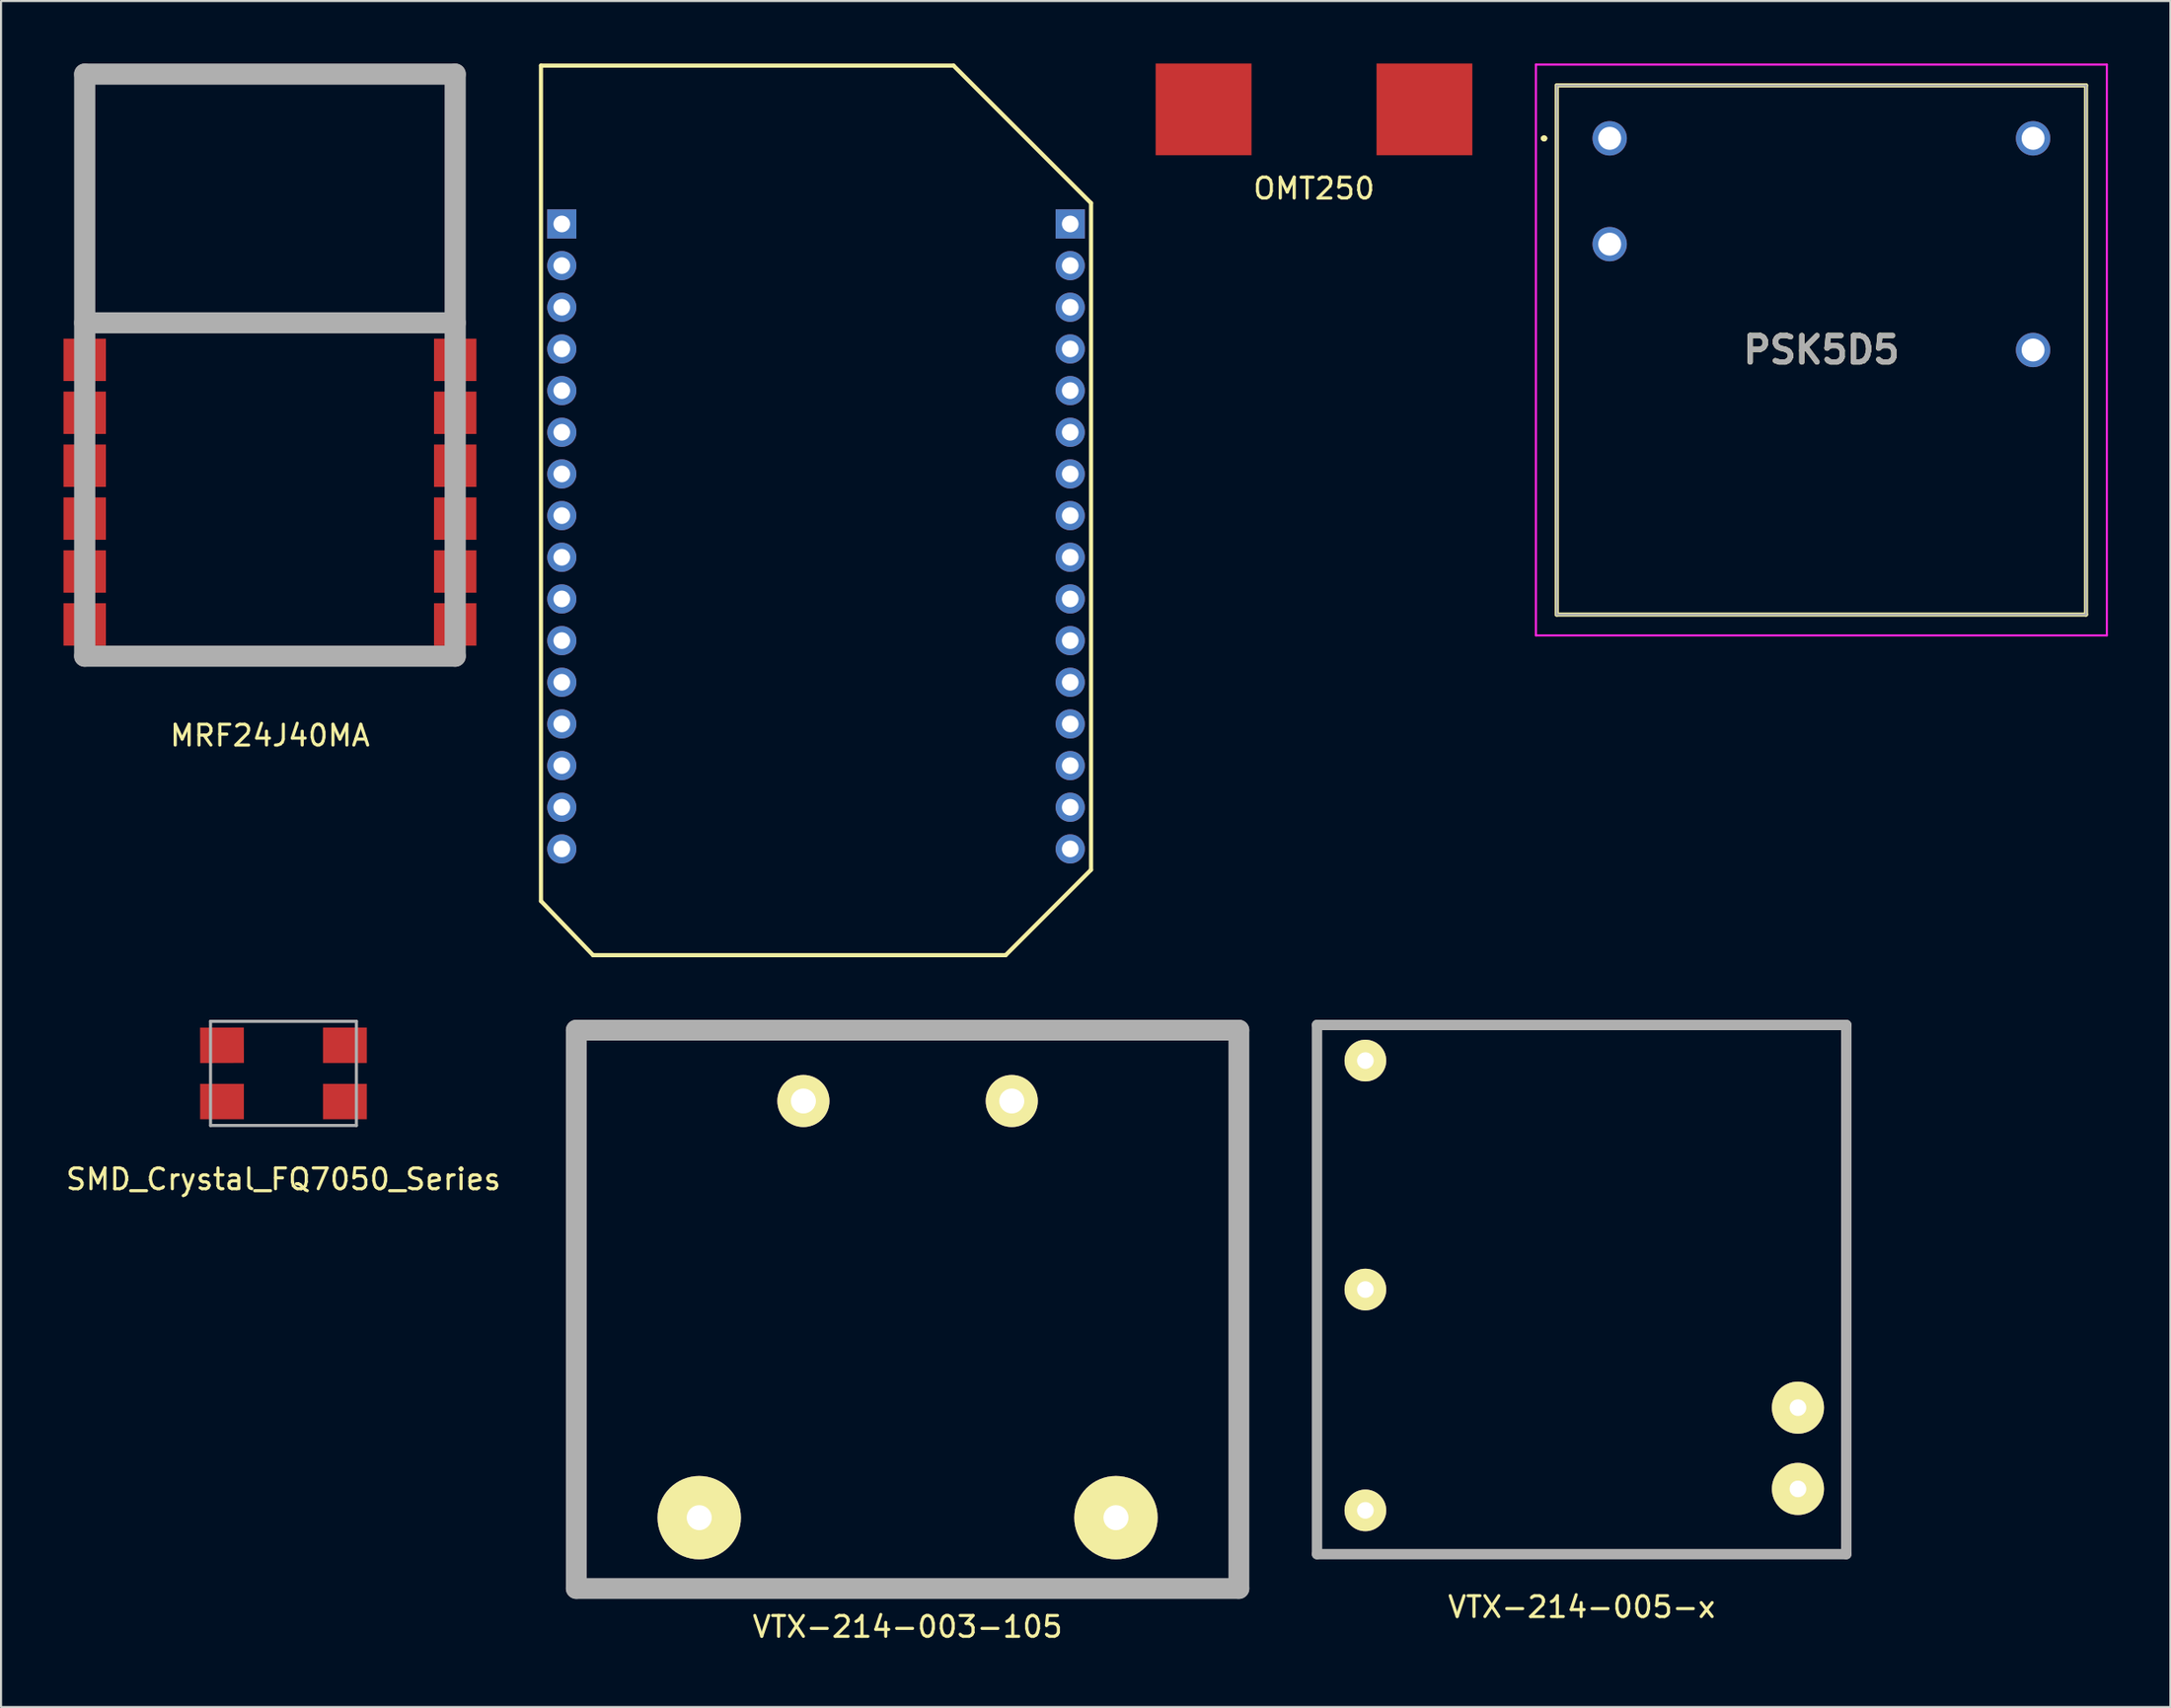
<source format=kicad_pcb>
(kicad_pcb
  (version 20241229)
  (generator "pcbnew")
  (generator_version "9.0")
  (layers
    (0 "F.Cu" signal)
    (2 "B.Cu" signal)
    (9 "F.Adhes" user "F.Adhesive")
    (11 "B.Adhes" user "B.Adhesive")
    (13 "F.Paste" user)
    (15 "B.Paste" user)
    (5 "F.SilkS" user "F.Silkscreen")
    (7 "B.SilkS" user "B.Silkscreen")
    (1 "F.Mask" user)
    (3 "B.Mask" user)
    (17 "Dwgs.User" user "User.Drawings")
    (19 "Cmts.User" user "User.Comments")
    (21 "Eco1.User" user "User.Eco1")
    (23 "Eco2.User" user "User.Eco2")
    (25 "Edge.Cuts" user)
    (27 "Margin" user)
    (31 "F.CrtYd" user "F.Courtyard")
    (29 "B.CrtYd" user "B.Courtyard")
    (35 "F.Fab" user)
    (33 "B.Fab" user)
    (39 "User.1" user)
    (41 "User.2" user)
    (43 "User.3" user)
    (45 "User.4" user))
  (footprint "VTX-214-005-x"
    (layer "F.Cu")
    (at 72.857 58.85)
    (property "Reference" "VTX-214-005-x" (at 0 15.24 0) (layer "F.SilkS") (effects (font (size 1 1) (thickness 0.15))))
    (attr through_hole)
    (fp_line (start -12.7 -12.7) (end 12.7 -12.7) (stroke (width 0.5) (type solid)) (layer "F.Fab"))
    (fp_line (start -12.7 12.7) (end -12.7 -12.7) (stroke (width 0.5) (type solid)) (layer "F.Fab"))
    (fp_line (start 12.7 -12.7) (end 12.7 12.7) (stroke (width 0.5) (type solid)) (layer "F.Fab"))
    (fp_line (start 12.7 12.7) (end -12.7 12.7) (stroke (width 0.5) (type solid)) (layer "F.Fab"))
    (pad "1" thru_hole circle (at 10.38 9.57) (size 2.5 2.5) (drill 0.8) (layers "*.Cu" "*.Mask" "F.SilkS"))
    (pad "2" thru_hole circle (at 10.38 5.67) (size 2.5 2.5) (drill 0.8) (layers "*.Cu" "*.Mask" "F.SilkS"))
    (pad "3" thru_hole circle (at -10.38 -10.99) (size 2 2) (drill 0.8) (layers "*.Cu" "*.Mask" "F.SilkS"))
    (pad "4" thru_hole circle (at -10.38 0) (size 2 2) (drill 0.8) (layers "*.Cu" "*.Mask" "F.SilkS"))
    (pad "5" thru_hole circle (at -10.38 10.6) (size 2 2) (drill 0.8) (layers "*.Cu" "*.Mask" "F.SilkS")))
  (footprint "OMT250"
    (layer "F.Cu")
    (at 60.012 2.2)
    (property "Reference" "OMT250" (at 0 3.8 0) (layer "F.SilkS") (effects (font (size 1 1) (thickness 0.15))))
    (attr through_hole)
    (pad "1" smd rect (at -5.3 0) (size 4.6 4.4) (layers "F.Cu" "F.Mask" "F.Paste"))
    (pad "2" smd rect (at 5.3 0) (size 4.6 4.4) (layers "F.Cu" "F.Mask" "F.Paste")))
  (footprint "Omega2"
    (layer "F.Cu")
    (at 34.712 21.9)
    (property "Reference" "Omega2" (at 0 0 0) (layer "Eco2.User") (effects (font (size 1 1) (thickness 0.15))))
    (attr through_hole)
    (fp_line (start -11.8 -21.8) (end -11.8 18.3) (stroke (width 0.2) (type solid)) (layer "F.SilkS"))
    (fp_line (start -11.8 -21.8) (end 8 -21.8) (stroke (width 0.2) (type solid)) (layer "F.SilkS"))
    (fp_line (start -11.8 18.3) (end -9.3 20.9) (stroke (width 0.2) (type solid)) (layer "F.SilkS"))
    (fp_line (start -9.3 20.9) (end 10.5 20.9) (stroke (width 0.2) (type solid)) (layer "F.SilkS"))
    (fp_line (start 8 -21.8) (end 14.6 -15.2) (stroke (width 0.2) (type solid)) (layer "F.SilkS"))
    (fp_line (start 14.6 -15.2) (end 14.6 16.8) (stroke (width 0.2) (type solid)) (layer "F.SilkS"))
    (fp_line (start 14.6 16.8) (end 10.5 20.9) (stroke (width 0.2) (type solid)) (layer "F.SilkS"))
    (pad "1" thru_hole rect (at -10.8 -14.2) (size 1.4 1.4) (drill 0.8) (layers "*.Cu" "*.Mask"))
    (pad "2" thru_hole circle (at -10.8 -12.2) (size 1.4 1.4) (drill 0.8) (layers "*.Cu" "*.Mask"))
    (pad "3" thru_hole circle (at -10.8 -10.2) (size 1.4 1.4) (drill 0.8) (layers "*.Cu" "*.Mask"))
    (pad "4" thru_hole circle (at -10.8 -8.2) (size 1.4 1.4) (drill 0.8) (layers "*.Cu" "*.Mask"))
    (pad "5" thru_hole circle (at -10.8 -6.2) (size 1.4 1.4) (drill 0.8) (layers "*.Cu" "*.Mask"))
    (pad "6" thru_hole circle (at -10.8 -4.2) (size 1.4 1.4) (drill 0.8) (layers "*.Cu" "*.Mask"))
    (pad "7" thru_hole circle (at -10.8 -2.2) (size 1.4 1.4) (drill 0.8) (layers "*.Cu" "*.Mask"))
    (pad "8" thru_hole circle (at -10.8 -0.2) (size 1.4 1.4) (drill 0.8) (layers "*.Cu" "*.Mask"))
    (pad "9" thru_hole circle (at -10.8 1.8) (size 1.4 1.4) (drill 0.8) (layers "*.Cu" "*.Mask"))
    (pad "10" thru_hole circle (at -10.8 3.8) (size 1.4 1.4) (drill 0.8) (layers "*.Cu" "*.Mask"))
    (pad "11" thru_hole circle (at -10.8 5.8) (size 1.4 1.4) (drill 0.8) (layers "*.Cu" "*.Mask"))
    (pad "12" thru_hole circle (at -10.8 7.8) (size 1.4 1.4) (drill 0.8) (layers "*.Cu" "*.Mask"))
    (pad "13" thru_hole circle (at -10.8 9.8) (size 1.4 1.4) (drill 0.8) (layers "*.Cu" "*.Mask"))
    (pad "14" thru_hole circle (at -10.8 11.8) (size 1.4 1.4) (drill 0.8) (layers "*.Cu" "*.Mask"))
    (pad "15" thru_hole circle (at -10.8 13.8) (size 1.4 1.4) (drill 0.8) (layers "*.Cu" "*.Mask"))
    (pad "16" thru_hole circle (at -10.8 15.8) (size 1.4 1.4) (drill 0.8) (layers "*.Cu" "*.Mask"))
    (pad "17" thru_hole circle (at 13.6 15.8) (size 1.4 1.4) (drill 0.8) (layers "*.Cu" "*.Mask"))
    (pad "18" thru_hole circle (at 13.6 13.8) (size 1.4 1.4) (drill 0.8) (layers "*.Cu" "*.Mask"))
    (pad "19" thru_hole circle (at 13.6 11.8) (size 1.4 1.4) (drill 0.8) (layers "*.Cu" "*.Mask"))
    (pad "20" thru_hole circle (at 13.6 9.8) (size 1.4 1.4) (drill 0.8) (layers "*.Cu" "*.Mask"))
    (pad "21" thru_hole circle (at 13.6 7.8) (size 1.4 1.4) (drill 0.8) (layers "*.Cu" "*.Mask"))
    (pad "22" thru_hole circle (at 13.6 5.8) (size 1.4 1.4) (drill 0.8) (layers "*.Cu" "*.Mask"))
    (pad "23" thru_hole circle (at 13.6 3.8) (size 1.4 1.4) (drill 0.8) (layers "*.Cu" "*.Mask"))
    (pad "24" thru_hole circle (at 13.6 1.8) (size 1.4 1.4) (drill 0.8) (layers "*.Cu" "*.Mask"))
    (pad "25" thru_hole circle (at 13.6 -0.2) (size 1.4 1.4) (drill 0.8) (layers "*.Cu" "*.Mask"))
    (pad "26" thru_hole circle (at 13.6 -2.2) (size 1.4 1.4) (drill 0.8) (layers "*.Cu" "*.Mask"))
    (pad "27" thru_hole circle (at 13.6 -4.2) (size 1.4 1.4) (drill 0.8) (layers "*.Cu" "*.Mask"))
    (pad "28" thru_hole circle (at 13.6 -6.2) (size 1.4 1.4) (drill 0.8) (layers "*.Cu" "*.Mask"))
    (pad "29" thru_hole circle (at 13.6 -8.2) (size 1.4 1.4) (drill 0.8) (layers "*.Cu" "*.Mask"))
    (pad "30" thru_hole circle (at 13.6 -10.2) (size 1.4 1.4) (drill 0.8) (layers "*.Cu" "*.Mask"))
    (pad "31" thru_hole circle (at 13.6 -12.2) (size 1.4 1.4) (drill 0.8) (layers "*.Cu" "*.Mask"))
    (pad "32" thru_hole rect (at 13.6 -14.2) (size 1.4 1.4) (drill 0.8) (layers "*.Cu" "*.Mask")))
  (footprint "PSK5D5"
    (layer "F.Cu")
    (at 74.202 3.59)
    (property "Reference" "PSK5D5" (at 10.16 10.16 0) (layer "F.SilkS") (effects (font (size 1.27 1.27) (thickness 0.254))))
    (attr through_hole)
    (fp_line (start -3.2 0) (end -3.2 0) (stroke (width 0.2) (type solid)) (layer "F.SilkS"))
    (fp_line (start -3.2 0) (end -3.2 0) (stroke (width 0.2) (type solid)) (layer "F.SilkS"))
    (fp_line (start -3.1 0) (end -3.1 0) (stroke (width 0.2) (type solid)) (layer "F.SilkS"))
    (fp_line (start -2.54 -2.54) (end -2.54 22.86) (stroke (width 0.2) (type solid)) (layer "F.SilkS"))
    (fp_line (start -2.54 22.86) (end 22.86 22.86) (stroke (width 0.2) (type solid)) (layer "F.SilkS"))
    (fp_line (start 22.86 -2.54) (end -2.54 -2.54) (stroke (width 0.2) (type solid)) (layer "F.SilkS"))
    (fp_line (start 22.86 22.86) (end 22.86 -2.54) (stroke (width 0.2) (type solid)) (layer "F.SilkS"))
    (fp_arc (start -3.2 0) (mid -3.15 -0.05) (end -3.1 0) (stroke (width 0.2) (type solid)) (layer "F.SilkS"))
    (fp_arc (start -3.1 0) (mid -3.15 0.05) (end -3.2 0) (stroke (width 0.2) (type solid)) (layer "F.SilkS"))
    (fp_arc (start -3.1 0) (mid -3.15 0.05) (end -3.2 0) (stroke (width 0.2) (type solid)) (layer "F.SilkS"))
    (fp_line (start -3.54 -3.54) (end 23.86 -3.54) (stroke (width 0.1) (type solid)) (layer "F.CrtYd"))
    (fp_line (start -3.54 23.86) (end -3.54 -3.54) (stroke (width 0.1) (type solid)) (layer "F.CrtYd"))
    (fp_line (start 23.86 -3.54) (end 23.86 23.86) (stroke (width 0.1) (type solid)) (layer "F.CrtYd"))
    (fp_line (start 23.86 23.86) (end -3.54 23.86) (stroke (width 0.1) (type solid)) (layer "F.CrtYd"))
    (fp_line (start -2.54 -2.54) (end -2.54 22.86) (stroke (width 0.1) (type solid)) (layer "F.Fab"))
    (fp_line (start -2.54 22.86) (end 22.86 22.86) (stroke (width 0.1) (type solid)) (layer "F.Fab"))
    (fp_line (start 22.86 -2.54) (end -2.54 -2.54) (stroke (width 0.1) (type solid)) (layer "F.Fab"))
    (fp_line (start 22.86 22.86) (end 22.86 -2.54) (stroke (width 0.1) (type solid)) (layer "F.Fab"))
    (fp_text user "${REFERENCE}" (at 10.16 10.16 0) (layer "F.Fab") (effects (font (size 1.27 1.27) (thickness 0.254))))
    (pad "1" thru_hole circle (at 0 0) (size 1.65 1.65) (drill 1.1) (layers "*.Cu" "*.Mask"))
    (pad "2" thru_hole circle (at 0 5.08) (size 1.65 1.65) (drill 1.1) (layers "*.Cu" "*.Mask"))
    (pad "4" thru_hole circle (at 20.32 10.16) (size 1.65 1.65) (drill 1.1) (layers "*.Cu" "*.Mask"))
    (pad "5" thru_hole circle (at 20.32 0) (size 1.65 1.65) (drill 1.1) (layers "*.Cu" "*.Mask")))
  (footprint "VTX-214-003-105"
    (layer "F.Cu")
    (at 40.507 59.8)
    (property "Reference" "VTX-214-003-105" (at 0 15.24 0) (layer "F.SilkS") (effects (font (size 1 1) (thickness 0.15))))
    (attr through_hole)
    (fp_line (start -15.9 -13.4) (end 15.9 -13.4) (stroke (width 1) (type solid)) (layer "F.Fab"))
    (fp_line (start -15.9 13.4) (end -15.9 -13.4) (stroke (width 1) (type solid)) (layer "F.Fab"))
    (fp_line (start 15.9 -13.4) (end 15.9 13.4) (stroke (width 1) (type solid)) (layer "F.Fab"))
    (fp_line (start 15.9 13.4) (end -15.9 13.4) (stroke (width 1) (type solid)) (layer "F.Fab"))
    (pad "1" thru_hole circle (at 10 10) (size 4 4) (drill 1.2) (layers "*.Cu" "*.Mask" "F.SilkS"))
    (pad "2" thru_hole circle (at -10 10) (size 4 4) (drill 1.2) (layers "*.Cu" "*.Mask" "F.SilkS"))
    (pad "3" thru_hole circle (at -5 -10) (size 2.5 2.5) (drill 1.2) (layers "*.Cu" "*.Mask" "F.SilkS"))
    (pad "4" thru_hole circle (at 5 -10) (size 2.5 2.5) (drill 1.2) (layers "*.Cu" "*.Mask" "F.SilkS")))
  (footprint "MRF24J40MA"
    (layer "F.Cu")
    (at 9.906 14.478)
    (property "Reference" "MRF24J40MA" (at 0 17.78 0) (layer "F.SilkS") (effects (font (size 1 1) (thickness 0.15))))
    (attr through_hole)
    (fp_line (start -8.89 -13.97) (end 8.89 -13.97) (stroke (width 1.016) (type solid)) (layer "F.Fab"))
    (fp_line (start -8.89 13.97) (end -8.89 -13.97) (stroke (width 1.016) (type solid)) (layer "F.Fab"))
    (fp_line (start 8.89 -13.97) (end 8.89 13.97) (stroke (width 1.016) (type solid)) (layer "F.Fab"))
    (fp_line (start 8.89 -2.032) (end -8.89 -2.032) (stroke (width 1.016) (type solid)) (layer "F.Fab"))
    (fp_line (start 8.89 13.97) (end -8.89 13.97) (stroke (width 1.016) (type solid)) (layer "F.Fab"))
    (pad "1" smd rect (at -8.89 -0.254) (size 2.032 2.032) (layers "F.Cu" "F.Mask" "F.Paste"))
    (pad "2" smd rect (at -8.89 2.286) (size 2.032 2.032) (layers "F.Cu" "F.Mask" "F.Paste"))
    (pad "3" smd rect (at -8.89 4.826) (size 2.032 2.032) (layers "F.Cu" "F.Mask" "F.Paste"))
    (pad "4" smd rect (at -8.89 7.366) (size 2.032 2.032) (layers "F.Cu" "F.Mask" "F.Paste"))
    (pad "5" smd rect (at -8.89 9.906) (size 2.032 2.032) (layers "F.Cu" "F.Mask" "F.Paste"))
    (pad "6" smd rect (at -8.89 12.446) (size 2.032 2.032) (layers "F.Cu" "F.Mask" "F.Paste"))
    (pad "7" smd rect (at 8.89 12.446) (size 2.032 2.032) (layers "F.Cu" "F.Mask" "F.Paste"))
    (pad "8" smd rect (at 8.89 9.906) (size 2.032 2.032) (layers "F.Cu" "F.Mask" "F.Paste"))
    (pad "9" smd rect (at 8.89 7.366) (size 2.032 2.032) (layers "F.Cu" "F.Mask" "F.Paste"))
    (pad "10" smd rect (at 8.89 4.826) (size 2.032 2.032) (layers "F.Cu" "F.Mask" "F.Paste"))
    (pad "11" smd rect (at 8.89 2.286) (size 2.032 2.032) (layers "F.Cu" "F.Mask" "F.Paste"))
    (pad "12" smd rect (at 8.89 -0.254) (size 2.032 2.032) (layers "F.Cu" "F.Mask" "F.Paste")))
  (footprint "SMD_Crystal_FQ7050_Series"
    (layer "F.Cu")
    (at 10.554 48.475)
    (property "Reference" "SMD_Crystal_FQ7050_Series" (at 0 5.08 0) (layer "F.SilkS") (effects (font (size 1 1) (thickness 0.15))))
    (attr through_hole)
    (fp_line (start -3.5 -2.5) (end 3.5 -2.5) (stroke (width 0.15) (type solid)) (layer "F.Fab"))
    (fp_line (start -3.5 2.5) (end -3.5 -2.5) (stroke (width 0.15) (type solid)) (layer "F.Fab"))
    (fp_line (start 3.5 -2.5) (end 3.5 2.5) (stroke (width 0.15) (type solid)) (layer "F.Fab"))
    (fp_line (start 3.5 2.5) (end -3.5 2.5) (stroke (width 0.15) (type solid)) (layer "F.Fab"))
    (pad "1" smd rect (at -2.95 -1.35 0.17) (size 2.1 1.7) (layers "F.Cu" "F.Mask" "F.Paste"))
    (pad "2" smd rect (at 2.95 1.35) (size 2.1 1.7) (layers "F.Cu" "F.Mask" "F.Paste"))
    (pad "3" smd rect (at -2.95 1.35) (size 2.1 1.7) (layers "F.Cu" "F.Mask" "F.Paste"))
    (pad "4" smd rect (at 2.95 -1.35) (size 2.1 1.7) (layers "F.Cu" "F.Mask" "F.Paste")))
  (gr_rect
    (start -3 -3)
    (end 101.112 78.888)
    (stroke (width 0.1) (type default))
    (fill no)
    (layer "Edge.Cuts")))
</source>
